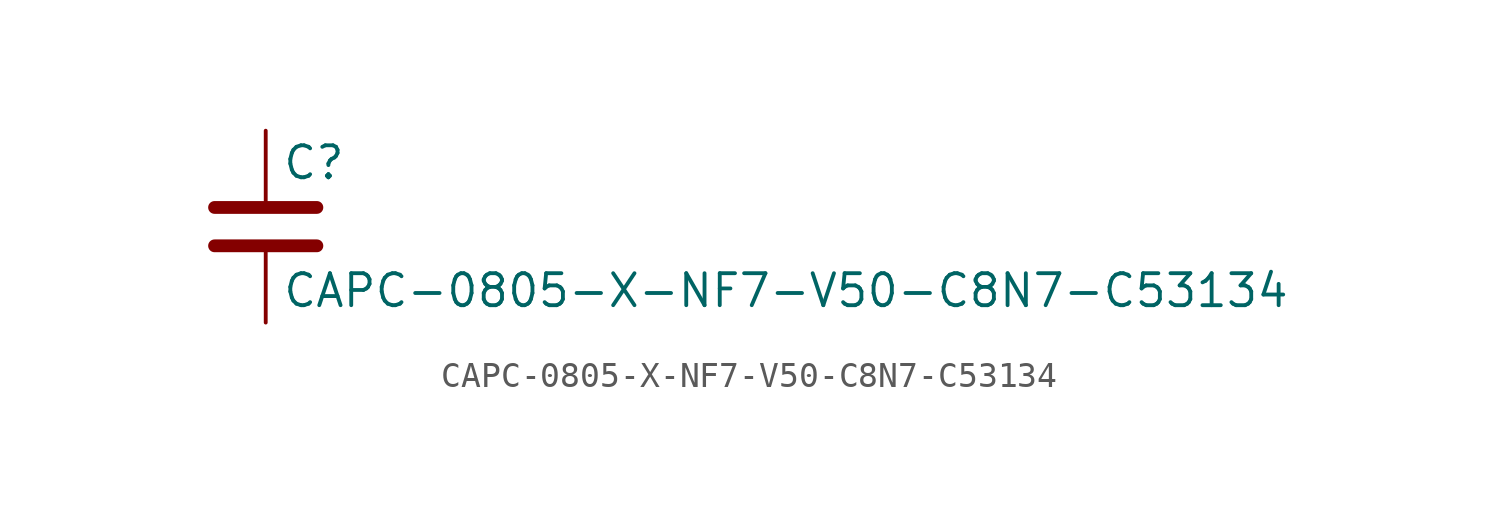
<source format=kicad_sym>
(kicad_symbol_lib
  (version 20211014)
  (generator kicad_symbol_editor)
  (symbol "CAPC-0805-X-NF7-V50-C8N7-C53134"
    (pin_numbers hide)
    (pin_names
      (offset 0.254))
    (property "Reference" "C"
      (at 0.635 2.54 0)
      (effects (font (size 1.27 1.27)) (justify left)))
    (property "Value" "CAPC-0805-X-NF7-V50-C8N7-C53134"
      (at 0.635 -2.54 0)
      (effects (font (size 1.27 1.27)) (justify left)))
    (symbol "CAPC-0805-X-NF7-V50-C8N7-C53134_0_1"
      (polyline (pts (xy -2.032 -0.762) (xy 2.032 -0.762)) (stroke (width 0.508) (type default) (color 0 0 0 0)) (fill (type none)))
      (polyline (pts (xy -2.032 0.762) (xy 2.032 0.762)) (stroke (width 0.508) (type default) (color 0 0 0 0)) (fill (type none))))
    (symbol "CAPC-0805-X-NF7-V50-C8N7-C53134_1_1"
      (pin passive line (at 0 3.81 270) (length 2.794) (name "~" (effects (font (size 1.27 1.27)))) (number "1" (effects (font (size 1.27 1.27)))))
      (pin passive line (at 0 -3.81 90) (length 2.794) (name "~" (effects (font (size 1.27 1.27)))) (number "2" (effects (font (size 1.27 1.27))))))))
</source>
